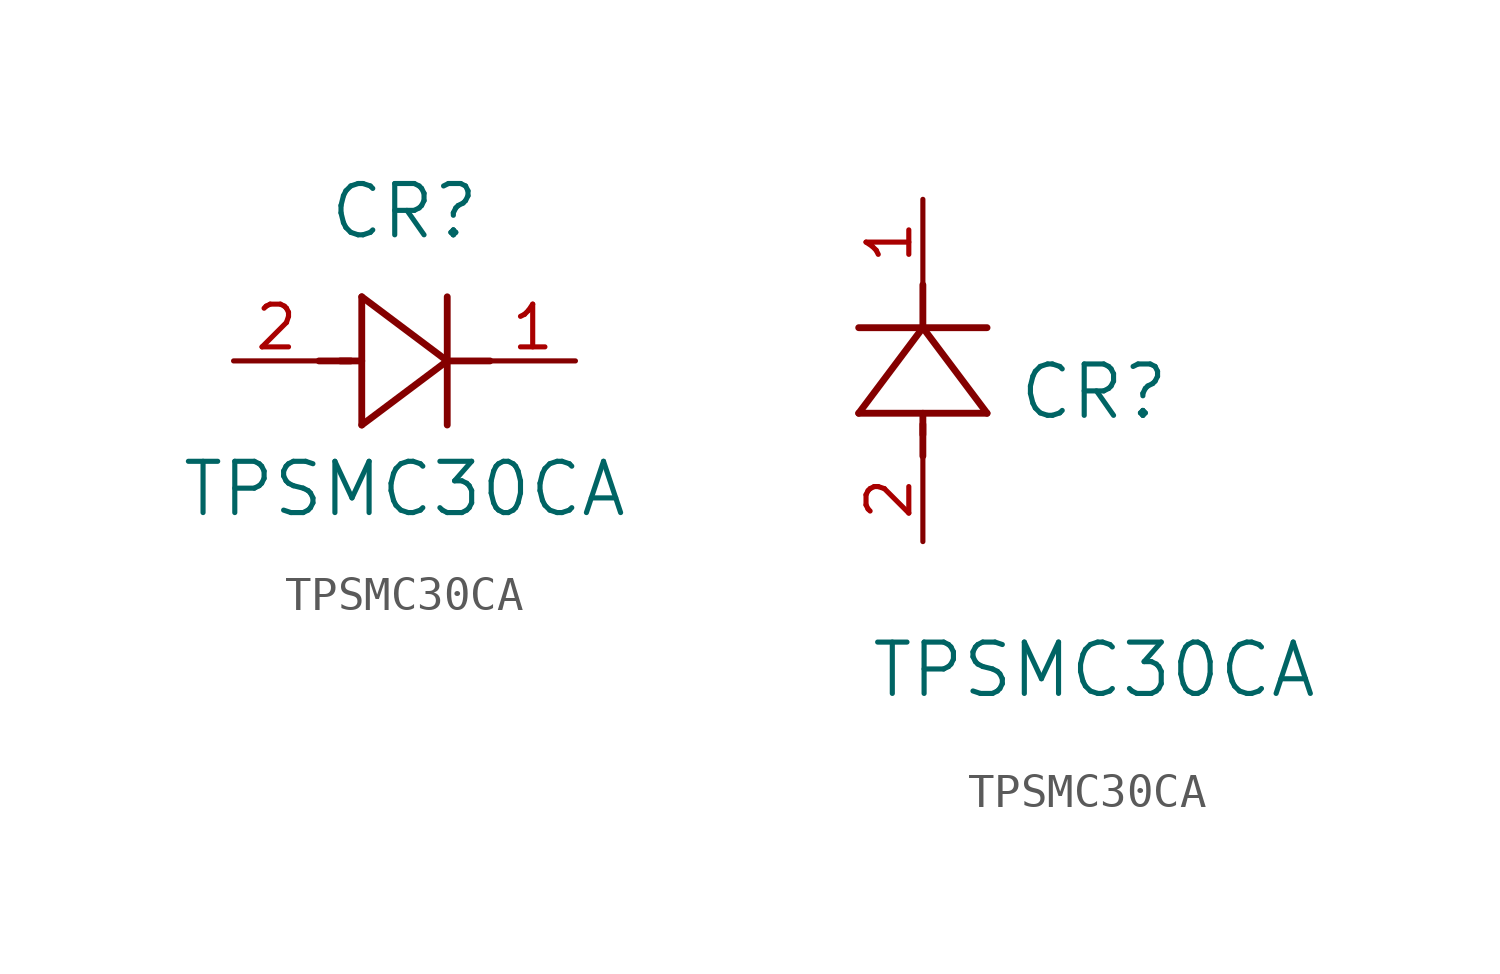
<source format=kicad_sym>
(kicad_symbol_lib
  (version 20211014)
  (generator kicad_symbol_editor)
  (symbol "TPSMC30CA"
    (pin_names
      (offset 0.254))
    (property "Reference" "CR"
      (at 5.08 4.445 0)
      (effects (font (size 1.524 1.524))))
    (property "Value" "TPSMC30CA"
      (at 5.08 -3.81 0)
      (effects (font (size 1.524 1.524))))
    (symbol "TPSMC30CA_1_1"
      (polyline (pts (xy 2.54 0) (xy 3.48 0)) (stroke (width 0.203) (type default) (color 0 0 0 0)) (fill (type none)))
      (polyline (pts (xy 3.81 1.905) (xy 3.81 -1.905)) (stroke (width 0.203) (type default) (color 0 0 0 0)) (fill (type none)))
      (polyline (pts (xy 3.175 0) (xy 3.81 0)) (stroke (width 0.203) (type default) (color 0 0 0 0)) (fill (type none)))
      (polyline (pts (xy 6.35 -1.905) (xy 6.35 1.905)) (stroke (width 0.203) (type default) (color 0 0 0 0)) (fill (type none)))
      (polyline (pts (xy 6.35 0) (xy 7.62 0)) (stroke (width 0.203) (type default) (color 0 0 0 0)) (fill (type none)))
      (polyline (pts (xy 6.35 0) (xy 3.81 1.905)) (stroke (width 0.203) (type default) (color 0 0 0 0)) (fill (type none)))
      (polyline (pts (xy 3.81 -1.905) (xy 6.35 0)) (stroke (width 0.203) (type default) (color 0 0 0 0)) (fill (type none)))
      (pin unspecified line (at 0 0 0) (length 2.54) (name "" (effects (font (size 1.27 1.27)))) (number "2" (effects (font (size 1.27 1.27)))))
      (pin unspecified line (at 10.16 0 180) (length 2.54) (name "" (effects (font (size 1.27 1.27)))) (number "1" (effects (font (size 1.27 1.27))))))
    (symbol "TPSMC30CA_1_2"
      (polyline (pts (xy 0 2.54) (xy 0 3.48)) (stroke (width 0.203) (type default) (color 0 0 0 0)) (fill (type none)))
      (polyline (pts (xy -1.905 3.81) (xy 1.905 3.81)) (stroke (width 0.203) (type default) (color 0 0 0 0)) (fill (type none)))
      (polyline (pts (xy 0 3.175) (xy 0 3.81)) (stroke (width 0.203) (type default) (color 0 0 0 0)) (fill (type none)))
      (polyline (pts (xy 1.905 6.35) (xy -1.905 6.35)) (stroke (width 0.203) (type default) (color 0 0 0 0)) (fill (type none)))
      (polyline (pts (xy 0 6.35) (xy 0 7.62)) (stroke (width 0.203) (type default) (color 0 0 0 0)) (fill (type none)))
      (polyline (pts (xy 0 6.35) (xy -1.905 3.81)) (stroke (width 0.203) (type default) (color 0 0 0 0)) (fill (type none)))
      (polyline (pts (xy 1.905 3.81) (xy 0 6.35)) (stroke (width 0.203) (type default) (color 0 0 0 0)) (fill (type none)))
      (pin unspecified line (at 0 0 90) (length 2.54) (name "" (effects (font (size 1.27 1.27)))) (number "2" (effects (font (size 1.27 1.27)))))
      (pin unspecified line (at 0 10.16 270) (length 2.54) (name "" (effects (font (size 1.27 1.27)))) (number "1" (effects (font (size 1.27 1.27))))))))
</source>
